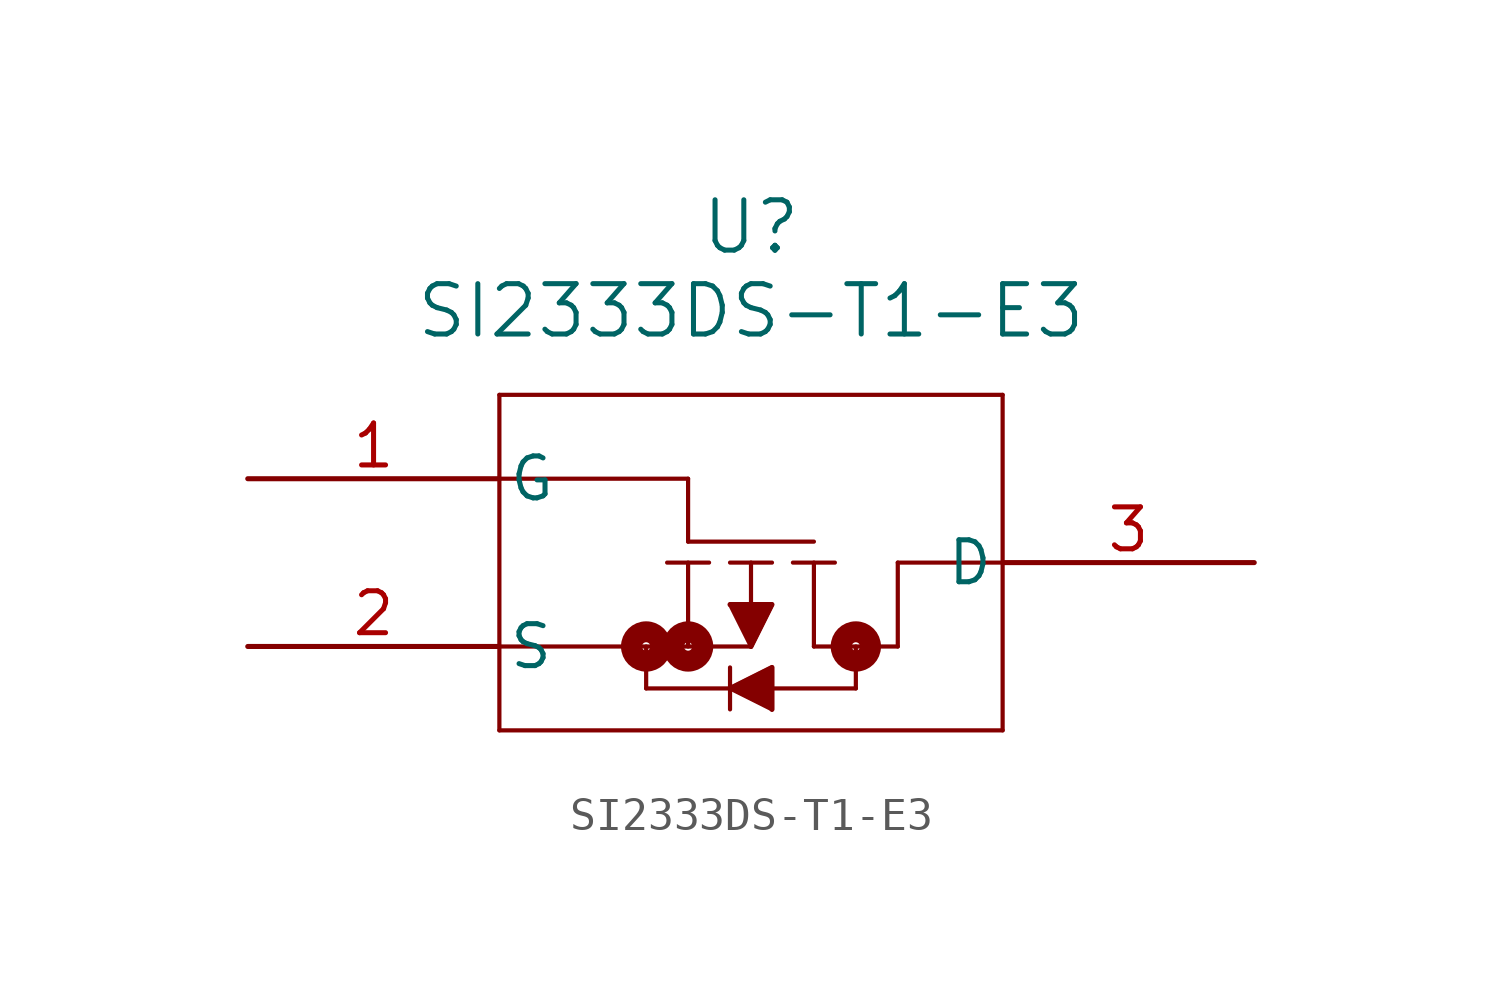
<source format=kicad_sym>
(kicad_symbol_lib
  (version 20211014)
  (generator kicad_symbol_editor)
  (symbol "SI2333DS-T1-E3"
    (pin_names
      (offset 0.254))
    (property "Reference" "U"
      (at 15.24 7.62 0)
      (effects (font (size 1.524 1.524))))
    (property "Value" "SI2333DS-T1-E3"
      (at 15.24 5.08 0)
      (effects (font (size 1.524 1.524))))
    (symbol "SI2333DS-T1-E3_0_1"
      (polyline (pts (xy 7.62 2.54) (xy 7.62 -7.62)) (stroke (width 0.127) (type default) (color 0 0 0 0)) (fill (type none)))
      (polyline (pts (xy 7.62 -7.62) (xy 22.86 -7.62)) (stroke (width 0.127) (type default) (color 0 0 0 0)) (fill (type none)))
      (polyline (pts (xy 22.86 -7.62) (xy 22.86 2.54)) (stroke (width 0.127) (type default) (color 0 0 0 0)) (fill (type none)))
      (polyline (pts (xy 22.86 2.54) (xy 7.62 2.54)) (stroke (width 0.127) (type default) (color 0 0 0 0)) (fill (type none)))
      (polyline (pts (xy 15.24 -2.54) (xy 15.24 -5.08)) (stroke (width 0.127) (type default) (color 0 0 0 0)) (fill (type none)))
      (polyline (pts (xy 14.605 -2.54) (xy 15.875 -2.54)) (stroke (width 0.127) (type default) (color 0 0 0 0)) (fill (type none)))
      (polyline (pts (xy 13.97 -2.54) (xy 12.7 -2.54)) (stroke (width 0.127) (type default) (color 0 0 0 0)) (fill (type none)))
      (polyline (pts (xy 16.51 -2.54) (xy 17.78 -2.54)) (stroke (width 0.127) (type default) (color 0 0 0 0)) (fill (type none)))
      (polyline (pts (xy 17.145 -2.54) (xy 17.145 -5.08)) (stroke (width 0.127) (type default) (color 0 0 0 0)) (fill (type none)))
      (polyline (pts (xy 13.335 -2.54) (xy 13.335 -5.08)) (stroke (width 0.127) (type default) (color 0 0 0 0)) (fill (type none)))
      (polyline (pts (xy 12.065 -5.08) (xy 12.065 -6.35)) (stroke (width 0.127) (type default) (color 0 0 0 0)) (fill (type none)))
      (polyline (pts (xy 12.065 -6.35) (xy 18.415 -6.35)) (stroke (width 0.127) (type default) (color 0 0 0 0)) (fill (type none)))
      (polyline (pts (xy 18.415 -6.35) (xy 18.415 -5.08)) (stroke (width 0.127) (type default) (color 0 0 0 0)) (fill (type none)))
      (polyline (pts (xy 17.145 -5.08) (xy 19.685 -5.08)) (stroke (width 0.127) (type default) (color 0 0 0 0)) (fill (type none)))
      (polyline (pts (xy 19.685 -5.08) (xy 19.685 -2.54)) (stroke (width 0.127) (type default) (color 0 0 0 0)) (fill (type none)))
      (polyline (pts (xy 19.685 -2.54) (xy 22.86 -2.54)) (stroke (width 0.127) (type default) (color 0 0 0 0)) (fill (type none)))
      (polyline (pts (xy 7.62 -5.08) (xy 15.24 -5.08)) (stroke (width 0.127) (type default) (color 0 0 0 0)) (fill (type none)))
      (polyline (pts (xy 17.145 -1.905) (xy 13.335 -1.905)) (stroke (width 0.127) (type default) (color 0 0 0 0)) (fill (type none)))
      (polyline (pts (xy 13.335 -1.905) (xy 13.335 0)) (stroke (width 0.127) (type default) (color 0 0 0 0)) (fill (type none)))
      (polyline (pts (xy 13.335 0) (xy 7.62 0)) (stroke (width 0.127) (type default) (color 0 0 0 0)) (fill (type none)))
      (polyline (pts (xy 15.24 -5.08) (xy 15.875 -3.81)) (stroke (width 0.127) (type default) (color 0 0 0 0)) (fill (type none)))
      (polyline (pts (xy 15.24 -5.08) (xy 14.605 -3.81)) (stroke (width 0.127) (type default) (color 0 0 0 0)) (fill (type none)))
      (polyline (pts (xy 15.875 -3.81) (xy 14.605 -3.81)) (stroke (width 0.127) (type default) (color 0 0 0 0)) (fill (type none)))
      (polyline (pts (xy 14.605 -6.35) (xy 15.875 -5.715)) (stroke (width 0.127) (type default) (color 0 0 0 0)) (fill (type none)))
      (polyline (pts (xy 15.875 -5.715) (xy 15.875 -6.985)) (stroke (width 0.127) (type default) (color 0 0 0 0)) (fill (type none)))
      (polyline (pts (xy 15.875 -6.985) (xy 14.605 -6.35)) (stroke (width 0.127) (type default) (color 0 0 0 0)) (fill (type none)))
      (polyline (pts (xy 14.605 -5.715) (xy 14.605 -6.985)) (stroke (width 0.127) (type default) (color 0 0 0 0)) (fill (type none)))
      (polyline (pts (xy 14.605 -3.81) (xy 15.875 -3.81) (xy 15.24 -5.08)) (stroke (width 0) (type default) (color 0 0 0 0)) (fill (type outline)))
      (polyline (pts (xy 14.605 -6.35) (xy 15.875 -5.715) (xy 15.875 -6.985)) (stroke (width 0) (type default) (color 0 0 0 0)) (fill (type outline)))
      (circle (center 12.065 -5.08) (radius 0.127) (stroke (width 0.635) (type default) (color 0 0 0 0)) (fill (type none)))
      (circle (center 13.335 -5.08) (radius 0.127) (stroke (width 0.635) (type default) (color 0 0 0 0)) (fill (type none)))
      (circle (center 18.415 -5.08) (radius 0.127) (stroke (width 0.635) (type default) (color 0 0 0 0)) (fill (type none)))
      (pin unspecified line (at 0 0 0) (length 7.62) (name "G" (effects (font (size 1.27 1.27)))) (number "1" (effects (font (size 1.27 1.27)))))
      (pin unspecified line (at 0 -5.08 0) (length 7.62) (name "S" (effects (font (size 1.27 1.27)))) (number "2" (effects (font (size 1.27 1.27)))))
      (pin unspecified line (at 30.48 -2.54 180) (length 7.62) (name "D" (effects (font (size 1.27 1.27)))) (number "3" (effects (font (size 1.27 1.27))))))))
</source>
